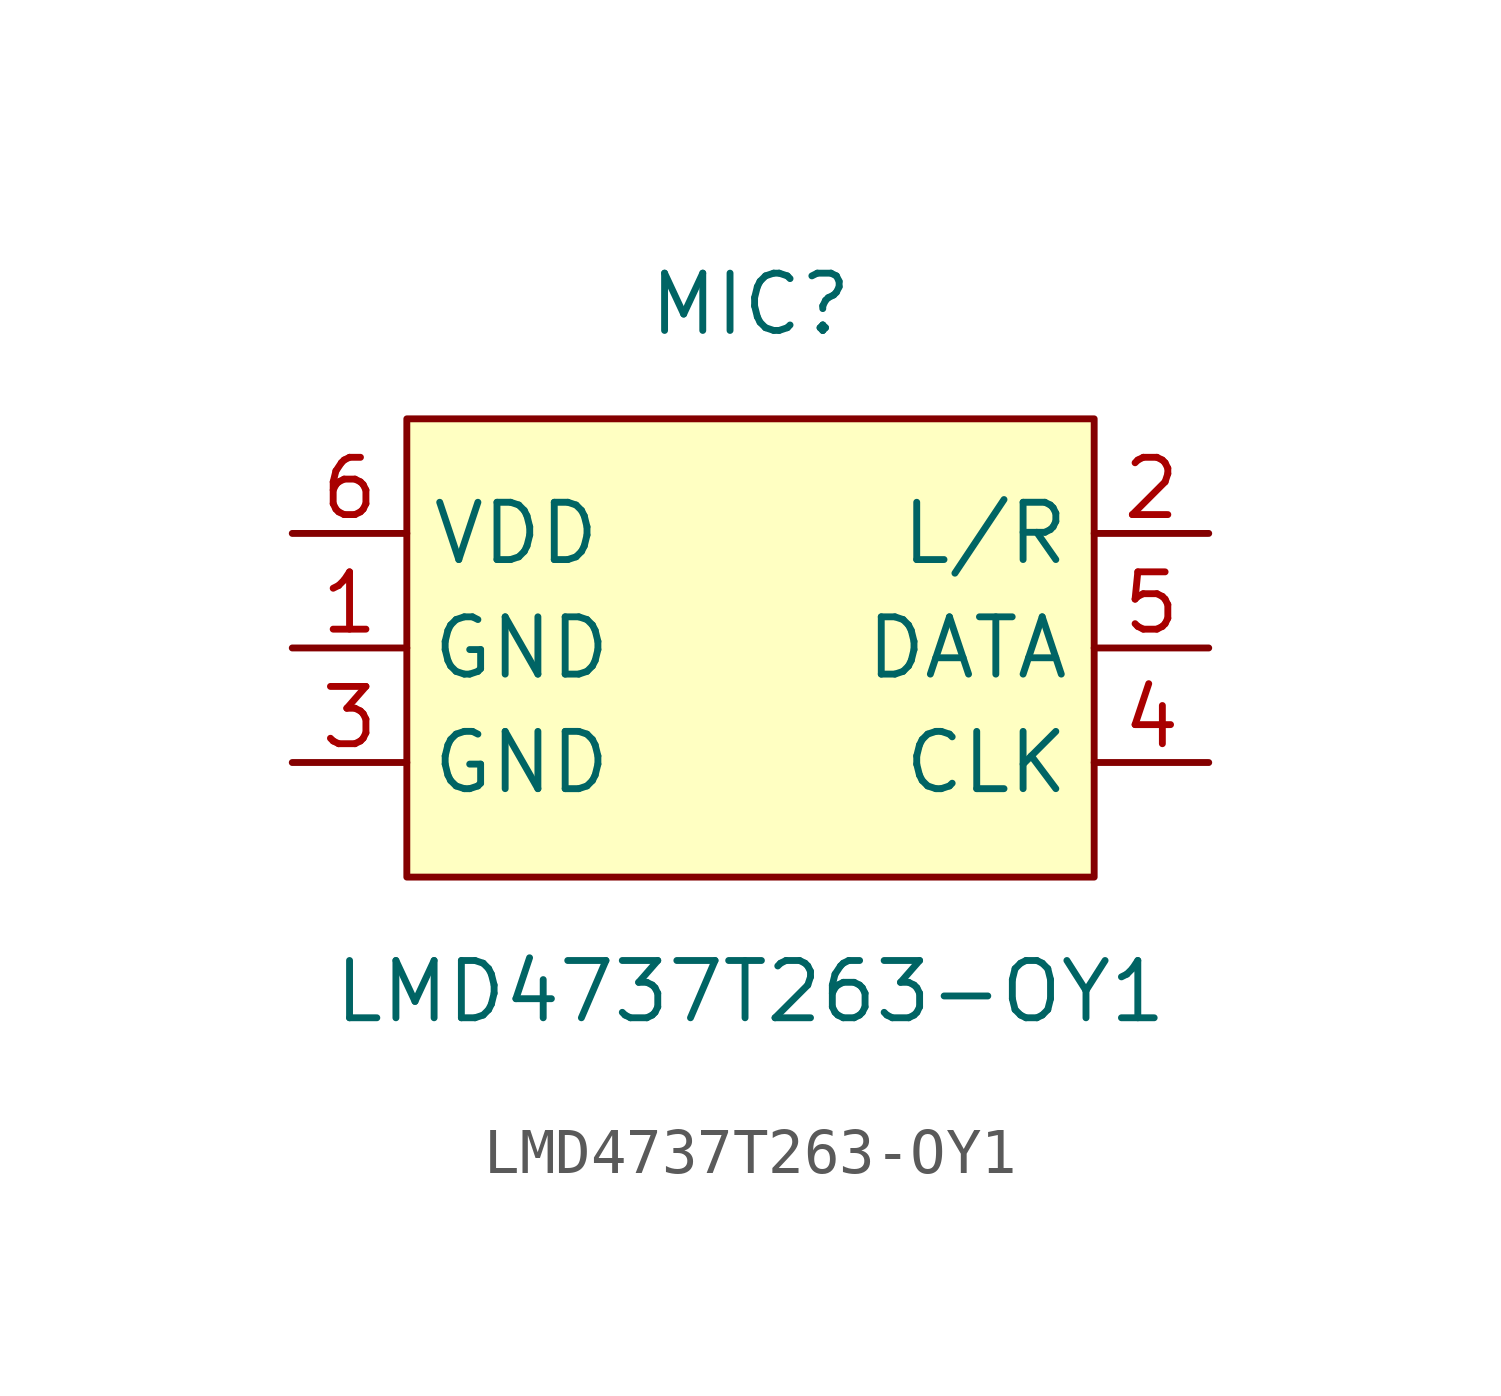
<source format=kicad_sym>
(kicad_symbol_lib
  (version 20231120)
  (generator "kicad_symbol_editor")
  (generator_version "8.0")
  (symbol "LMD4737T263-OY1"
    (property "Reference" "MIC"
      (at 0 7.62 0)
      (effects (font (size 1.27 1.27))))
    (property "Value" "LMD4737T263-OY1"
      (at 0 -7.62 0)
      (effects (font (size 1.27 1.27))))
    (symbol "LMD4737T263-OY1_0_1"
      (rectangle (start -7.62 5.08) (end 7.62 -5.08) (stroke (width 0) (type default)) (fill (type background)))
      (pin unspecified line (at -10.16 0 0) (length 2.54) (name "GND" (effects (font (size 1.27 1.27)))) (number "1" (effects (font (size 1.27 1.27)))))
      (pin unspecified line (at 10.16 2.54 180) (length 2.54) (name "L/R" (effects (font (size 1.27 1.27)))) (number "2" (effects (font (size 1.27 1.27)))))
      (pin unspecified line (at -10.16 -2.54 0) (length 2.54) (name "GND" (effects (font (size 1.27 1.27)))) (number "3" (effects (font (size 1.27 1.27)))))
      (pin unspecified line (at 10.16 -2.54 180) (length 2.54) (name "CLK" (effects (font (size 1.27 1.27)))) (number "4" (effects (font (size 1.27 1.27)))))
      (pin unspecified line (at 10.16 0 180) (length 2.54) (name "DATA" (effects (font (size 1.27 1.27)))) (number "5" (effects (font (size 1.27 1.27)))))
      (pin unspecified line (at -10.16 2.54 0) (length 2.54) (name "VDD" (effects (font (size 1.27 1.27)))) (number "6" (effects (font (size 1.27 1.27))))))))
</source>
